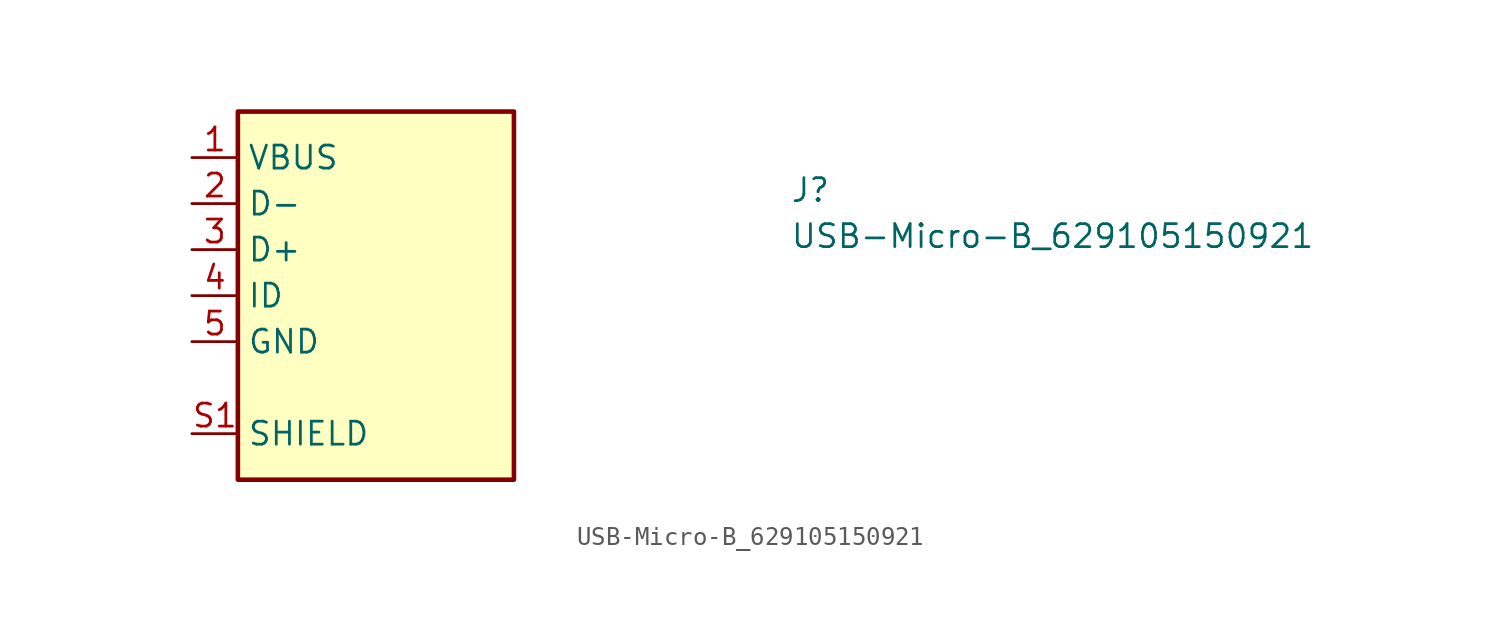
<source format=kicad_sym>
(kicad_symbol_lib
  (version 20211014)
  (generator kicad_symbol_editor)
  (symbol "USB-Micro-B_629105150921"
    (property "Reference" "J"
      (at 33.02 -2.54 0)
      (effects (font (size 1.27 1.27) (thickness 0.15)) (justify left bottom)))
    (property "Value" "USB-Micro-B_629105150921"
      (at 33.02 -5.08 0)
      (effects (font (size 1.27 1.27) (thickness 0.15)) (justify left bottom)))
    (symbol "USB-Micro-B_629105150921_1_1"
      (rectangle (start 2.54 -17.78) (end 17.78 2.54) (stroke (width 0.254) (type default) (color 0 0 0 0)) (fill (type background)))
      (pin power_in line (at 0 0 0) (length 2.54) (name "VBUS" (effects (font (size 1.27 1.27)))) (number "1" (effects (font (size 1.27 1.27)))))
      (pin bidirectional line (at 0 -2.54 0) (length 2.54) (name "D-" (effects (font (size 1.27 1.27)))) (number "2" (effects (font (size 1.27 1.27)))))
      (pin bidirectional line (at 0 -5.08 0) (length 2.54) (name "D+" (effects (font (size 1.27 1.27)))) (number "3" (effects (font (size 1.27 1.27)))))
      (pin bidirectional line (at 0 -7.62 0) (length 2.54) (name "ID" (effects (font (size 1.27 1.27)))) (number "4" (effects (font (size 1.27 1.27)))))
      (pin power_in line (at 0 -10.16 0) (length 2.54) (name "GND" (effects (font (size 1.27 1.27)))) (number "5" (effects (font (size 1.27 1.27)))))
      (pin passive line (at 0 -15.24 0) (length 2.54) (name "SHIELD" (effects (font (size 1.27 1.27)))) (number "S1" (effects (font (size 1.27 1.27)))))
      (pin passive line (at 0 -15.24 0) (length 2.54) hide (name "SHIELD" (effects (font (size 1.27 1.27)))) (number "S2" (effects (font (size 1.27 1.27)))))
      (pin passive line (at 0 -15.24 0) (length 2.54) hide (name "SHIELD" (effects (font (size 1.27 1.27)))) (number "S3" (effects (font (size 1.27 1.27)))))
      (pin passive line (at 0 -15.24 0) (length 2.54) hide (name "SHIELD" (effects (font (size 1.27 1.27)))) (number "S4" (effects (font (size 1.27 1.27)))))
      (pin passive line (at 0 -15.24 0) (length 2.54) hide (name "SHIELD" (effects (font (size 1.27 1.27)))) (number "S5" (effects (font (size 1.27 1.27)))))
      (pin passive line (at 0 -15.24 0) (length 2.54) hide (name "SHIELD" (effects (font (size 1.27 1.27)))) (number "S6" (effects (font (size 1.27 1.27))))))))
</source>
